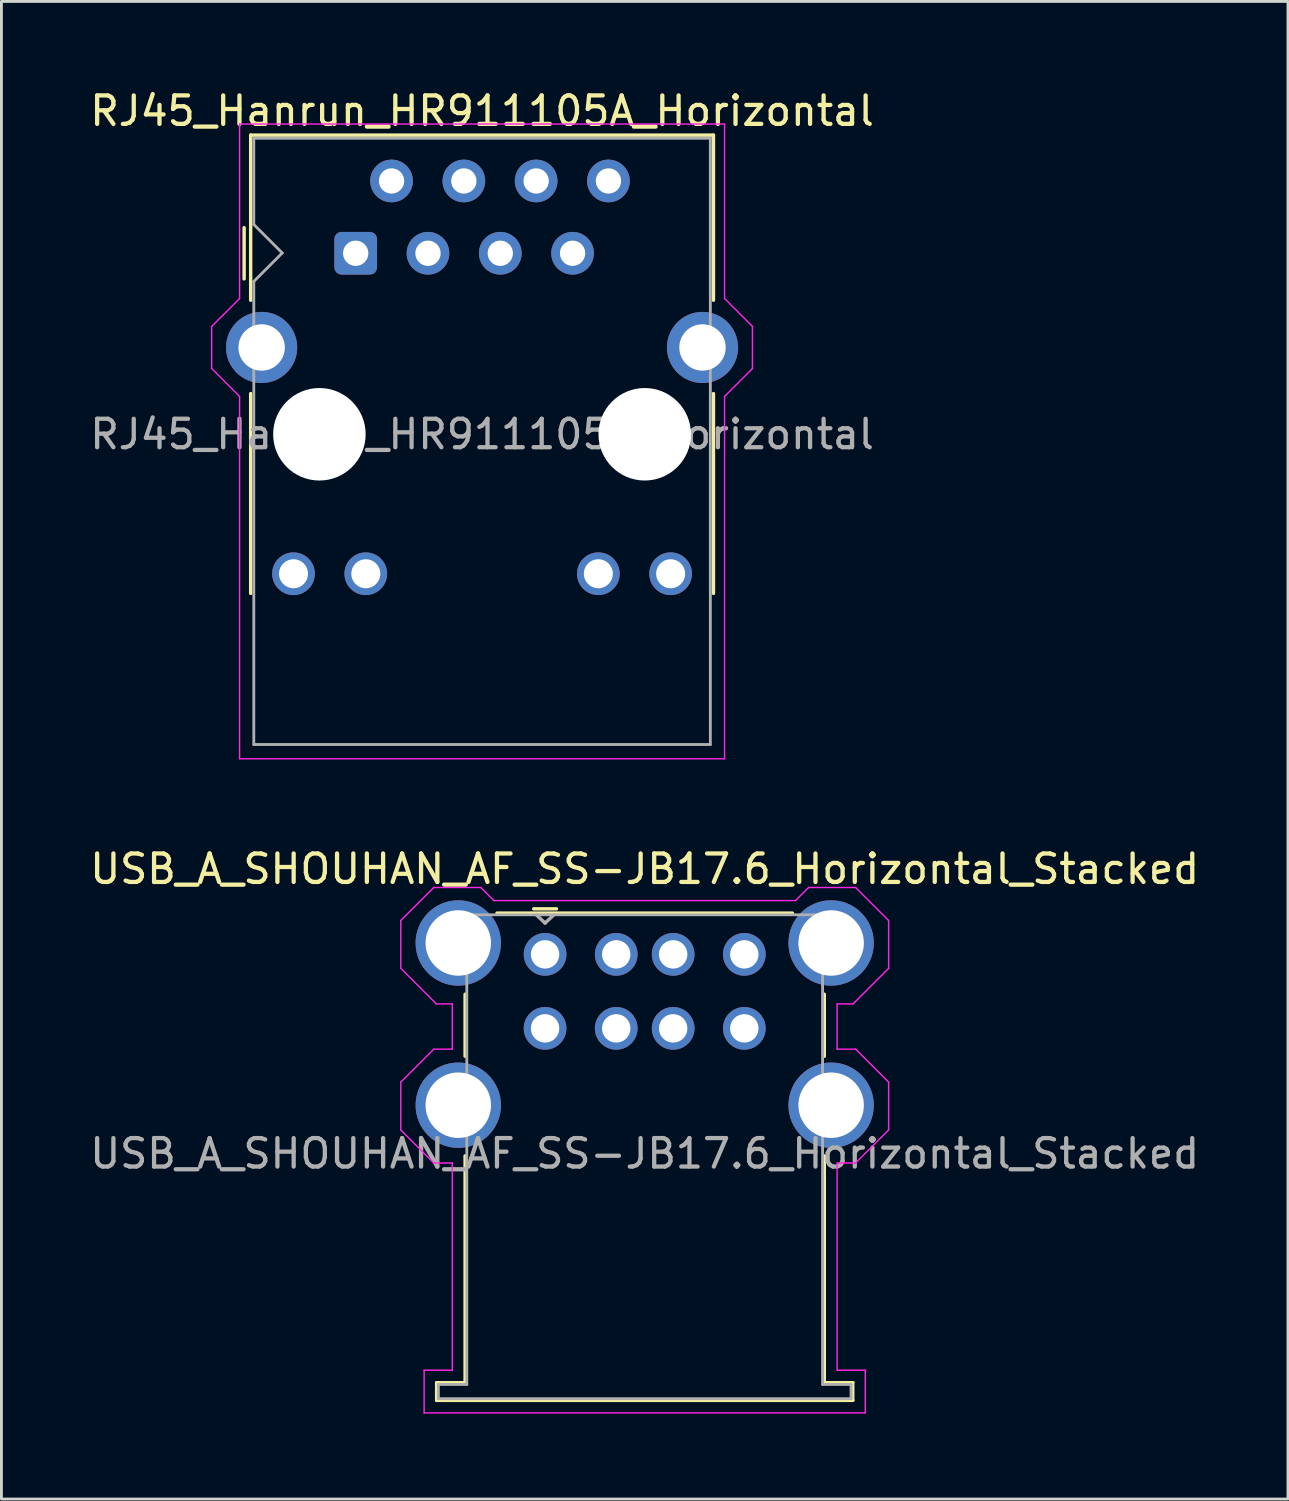
<source format=kicad_pcb>
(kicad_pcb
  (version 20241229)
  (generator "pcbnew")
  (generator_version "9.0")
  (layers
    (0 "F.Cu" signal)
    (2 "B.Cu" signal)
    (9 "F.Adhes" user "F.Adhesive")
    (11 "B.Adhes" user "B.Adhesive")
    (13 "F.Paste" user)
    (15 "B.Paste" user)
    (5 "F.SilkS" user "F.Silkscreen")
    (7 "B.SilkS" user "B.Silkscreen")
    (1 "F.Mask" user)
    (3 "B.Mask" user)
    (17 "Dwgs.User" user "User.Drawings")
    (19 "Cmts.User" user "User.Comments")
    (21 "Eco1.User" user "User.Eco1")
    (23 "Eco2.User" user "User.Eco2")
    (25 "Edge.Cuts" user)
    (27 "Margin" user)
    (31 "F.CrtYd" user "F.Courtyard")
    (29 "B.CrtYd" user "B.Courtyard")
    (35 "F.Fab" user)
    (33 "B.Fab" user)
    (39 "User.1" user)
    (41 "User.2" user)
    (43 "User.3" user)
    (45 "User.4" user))
  (footprint "RJ45_Hanrun_HR911105A_Horizontal"
    (layer "F.Cu")
    (at 9.447 5.848)
    (property "Reference" "RJ45_Hanrun_HR911105A_Horizontal" (at 4.44 -5 0) (layer "F.SilkS") (effects (font (size 1 1) (thickness 0.15))))
    (attr through_hole)
    (fp_line (start -3.92 -0.9) (end -3.92 0.9) (stroke (width 0.12) (type default)) (layer "F.SilkS"))
    (fp_line (start -3.69 -4.15) (end -3.69 1.65) (stroke (width 0.12) (type solid)) (layer "F.SilkS"))
    (fp_line (start -3.69 -4.15) (end 12.57 -4.15) (stroke (width 0.12) (type solid)) (layer "F.SilkS"))
    (fp_line (start -3.69 4.93) (end -3.69 11.95) (stroke (width 0.12) (type solid)) (layer "F.SilkS"))
    (fp_line (start 12.57 -4.15) (end 12.57 1.65) (stroke (width 0.12) (type solid)) (layer "F.SilkS"))
    (fp_line (start 12.57 4.93) (end 12.57 11.95) (stroke (width 0.12) (type solid)) (layer "F.SilkS"))
    (fp_line (start -5.06 2.57) (end -5.06 4.05) (stroke (width 0.05) (type solid)) (layer "F.CrtYd"))
    (fp_line (start -5.06 2.57) (end -4.08 1.59) (stroke (width 0.05) (type solid)) (layer "F.CrtYd"))
    (fp_line (start -5.06 4.05) (end -4.08 5.03) (stroke (width 0.05) (type solid)) (layer "F.CrtYd"))
    (fp_line (start -4.08 -4.54) (end -4.08 1.59) (stroke (width 0.05) (type solid)) (layer "F.CrtYd"))
    (fp_line (start -4.08 -4.54) (end 12.96 -4.54) (stroke (width 0.05) (type solid)) (layer "F.CrtYd"))
    (fp_line (start -4.08 5.03) (end -4.08 17.76) (stroke (width 0.05) (type solid)) (layer "F.CrtYd"))
    (fp_line (start -4.08 17.76) (end 12.96 17.76) (stroke (width 0.05) (type solid)) (layer "F.CrtYd"))
    (fp_line (start 12.96 -4.54) (end 12.96 1.59) (stroke (width 0.05) (type solid)) (layer "F.CrtYd"))
    (fp_line (start 12.96 5.03) (end 12.96 17.76) (stroke (width 0.05) (type solid)) (layer "F.CrtYd"))
    (fp_line (start 13.94 2.57) (end 12.96 1.59) (stroke (width 0.05) (type solid)) (layer "F.CrtYd"))
    (fp_line (start 13.94 4.05) (end 12.96 5.03) (stroke (width 0.05) (type solid)) (layer "F.CrtYd"))
    (fp_line (start 13.94 4.05) (end 13.94 2.57) (stroke (width 0.05) (type solid)) (layer "F.CrtYd"))
    (fp_line (start -3.58 -4.04) (end -3.58 -1.01) (stroke (width 0.1) (type solid)) (layer "F.Fab"))
    (fp_line (start -3.58 -4.04) (end 12.46 -4.04) (stroke (width 0.1) (type solid)) (layer "F.Fab"))
    (fp_line (start -3.58 0.99) (end -3.58 17.26) (stroke (width 0.1) (type solid)) (layer "F.Fab"))
    (fp_line (start -3.58 17.26) (end 12.46 17.26) (stroke (width 0.1) (type solid)) (layer "F.Fab"))
    (fp_line (start -2.58 -0.01) (end -3.58 -1.01) (stroke (width 0.1) (type solid)) (layer "F.Fab"))
    (fp_line (start -2.58 -0.01) (end -3.58 0.99) (stroke (width 0.1) (type solid)) (layer "F.Fab"))
    (fp_line (start 12.46 -4.04) (end 12.46 17.26) (stroke (width 0.1) (type solid)) (layer "F.Fab"))
    (fp_text user "${REFERENCE}" (at 4.44 6.36 0) (layer "F.Fab") (effects (font (size 1 1) (thickness 0.15))))
    (pad "" np_thru_hole circle (at -1.275 6.36) (size 3.25 3.25) (drill 3.25) (layers "*.Cu" "*.Mask"))
    (pad "" np_thru_hole circle (at 10.155 6.36) (size 3.25 3.25) (drill 3.25) (layers "*.Cu" "*.Mask"))
    (pad "1" thru_hole roundrect (at 0 0) (size 1.5 1.5) (drill 0.89) (layers "*.Cu" "*.Mask") (roundrect_rratio 0.167))
    (pad "2" thru_hole circle (at 1.26 -2.54) (size 1.5 1.5) (drill 0.89) (layers "*.Cu" "*.Mask"))
    (pad "3" thru_hole circle (at 2.54 0) (size 1.5 1.5) (drill 0.89) (layers "*.Cu" "*.Mask"))
    (pad "4" thru_hole circle (at 3.8 -2.54) (size 1.5 1.5) (drill 0.89) (layers "*.Cu" "*.Mask"))
    (pad "5" thru_hole circle (at 5.08 0) (size 1.5 1.5) (drill 0.89) (layers "*.Cu" "*.Mask"))
    (pad "6" thru_hole circle (at 6.34 -2.54) (size 1.5 1.5) (drill 0.89) (layers "*.Cu" "*.Mask"))
    (pad "7" thru_hole circle (at 7.62 0) (size 1.5 1.5) (drill 0.89) (layers "*.Cu" "*.Mask"))
    (pad "8" thru_hole circle (at 8.88 -2.54) (size 1.5 1.5) (drill 0.89) (layers "*.Cu" "*.Mask"))
    (pad "9" thru_hole circle (at -2.185 11.26) (size 1.5 1.5) (drill 1.02) (layers "*.Cu" "*.Mask"))
    (pad "10" thru_hole circle (at 0.355 11.26) (size 1.5 1.5) (drill 1.02) (layers "*.Cu" "*.Mask"))
    (pad "11" thru_hole circle (at 8.525 11.26) (size 1.5 1.5) (drill 1.02) (layers "*.Cu" "*.Mask"))
    (pad "12" thru_hole circle (at 11.065 11.26) (size 1.5 1.5) (drill 1.02) (layers "*.Cu" "*.Mask"))
    (pad "SH" thru_hole circle (at -3.305 3.31) (size 2.5 2.5) (drill 1.63) (layers "*.Cu" "*.Mask"))
    (pad "SH" thru_hole circle (at 12.185 3.31) (size 2.5 2.5) (drill 1.63) (layers "*.Cu" "*.Mask")))
  (footprint "USB_A_SHOUHAN_AF_SS-JB17.6_Horizontal_Stacked"
    (layer "F.Cu")
    (at 19.601 32.931)
    (property "Reference" "USB_A_SHOUHAN_AF_SS-JB17.6_Horizontal_Stacked" (at 0 -5.45 0) (layer "F.SilkS") (effects (font (size 1 1) (thickness 0.15))))
    (attr through_hole)
    (fp_line (start -7.31 12.6) (end -6.31 12.6) (stroke (width 0.12) (type solid)) (layer "F.SilkS"))
    (fp_line (start -7.31 13.22) (end -7.31 12.6) (stroke (width 0.12) (type solid)) (layer "F.SilkS"))
    (fp_line (start -6.31 1.13) (end -6.31 -1.05) (stroke (width 0.12) (type solid)) (layer "F.SilkS"))
    (fp_line (start -6.31 12.6) (end -6.31 4.63) (stroke (width 0.12) (type solid)) (layer "F.SilkS"))
    (fp_line (start -5.19 -3.9) (end 5.19 -3.9) (stroke (width 0.12) (type solid)) (layer "F.SilkS"))
    (fp_line (start -3.1 -4.05) (end -3.9 -4.05) (stroke (width 0.12) (type solid)) (layer "F.SilkS"))
    (fp_line (start 6.31 1.13) (end 6.31 -1.05) (stroke (width 0.12) (type solid)) (layer "F.SilkS"))
    (fp_line (start 6.31 4.63) (end 6.31 12.6) (stroke (width 0.12) (type solid)) (layer "F.SilkS"))
    (fp_line (start 6.31 12.6) (end 7.31 12.6) (stroke (width 0.12) (type solid)) (layer "F.SilkS"))
    (fp_line (start 7.31 12.6) (end 7.31 13.22) (stroke (width 0.12) (type solid)) (layer "F.SilkS"))
    (fp_line (start 7.31 13.22) (end -7.31 13.22) (stroke (width 0.12) (type solid)) (layer "F.SilkS"))
    (fp_line (start -8.57 -3.64) (end -8.57 -1.96) (stroke (width 0.05) (type solid)) (layer "F.CrtYd"))
    (fp_line (start -8.57 -1.96) (end -7.32 -0.71) (stroke (width 0.05) (type solid)) (layer "F.CrtYd"))
    (fp_line (start -8.57 2.04) (end -8.57 3.72) (stroke (width 0.05) (type solid)) (layer "F.CrtYd"))
    (fp_line (start -8.57 3.72) (end -7.41 4.88) (stroke (width 0.05) (type solid)) (layer "F.CrtYd"))
    (fp_line (start -7.75 12.16) (end -7.75 13.66) (stroke (width 0.05) (type solid)) (layer "F.CrtYd"))
    (fp_line (start -7.75 13.66) (end 7.75 13.66) (stroke (width 0.05) (type solid)) (layer "F.CrtYd"))
    (fp_line (start -7.41 -4.8) (end -8.57 -3.64) (stroke (width 0.05) (type solid)) (layer "F.CrtYd"))
    (fp_line (start -7.41 0.88) (end -8.57 2.04) (stroke (width 0.05) (type solid)) (layer "F.CrtYd"))
    (fp_line (start -7.41 0.88) (end -6.76 0.88) (stroke (width 0.05) (type solid)) (layer "F.CrtYd"))
    (fp_line (start -7.32 -0.71) (end -6.76 -0.71) (stroke (width 0.05) (type solid)) (layer "F.CrtYd"))
    (fp_line (start -6.76 -0.71) (end -6.76 0.88) (stroke (width 0.05) (type solid)) (layer "F.CrtYd"))
    (fp_line (start -6.76 4.88) (end -7.41 4.88) (stroke (width 0.05) (type solid)) (layer "F.CrtYd"))
    (fp_line (start -6.76 4.88) (end -6.76 12.16) (stroke (width 0.05) (type solid)) (layer "F.CrtYd"))
    (fp_line (start -6.76 12.16) (end -7.75 12.16) (stroke (width 0.05) (type solid)) (layer "F.CrtYd"))
    (fp_line (start -5.76 -4.8) (end -7.41 -4.8) (stroke (width 0.05) (type solid)) (layer "F.CrtYd"))
    (fp_line (start -5.76 -4.8) (end -5.3 -4.34) (stroke (width 0.05) (type solid)) (layer "F.CrtYd"))
    (fp_line (start 5.3 -4.34) (end -5.3 -4.34) (stroke (width 0.05) (type solid)) (layer "F.CrtYd"))
    (fp_line (start 5.76 -4.8) (end 5.3 -4.34) (stroke (width 0.05) (type solid)) (layer "F.CrtYd"))
    (fp_line (start 6.76 -0.71) (end 6.76 0.88) (stroke (width 0.05) (type solid)) (layer "F.CrtYd"))
    (fp_line (start 6.76 -0.71) (end 7.32 -0.71) (stroke (width 0.05) (type solid)) (layer "F.CrtYd"))
    (fp_line (start 6.76 0.88) (end 7.41 0.88) (stroke (width 0.05) (type solid)) (layer "F.CrtYd"))
    (fp_line (start 6.76 4.88) (end 6.76 12.16) (stroke (width 0.05) (type solid)) (layer "F.CrtYd"))
    (fp_line (start 6.76 4.88) (end 7.41 4.88) (stroke (width 0.05) (type solid)) (layer "F.CrtYd"))
    (fp_line (start 6.76 12.16) (end 7.75 12.16) (stroke (width 0.05) (type solid)) (layer "F.CrtYd"))
    (fp_line (start 7.41 -4.8) (end 5.76 -4.8) (stroke (width 0.05) (type solid)) (layer "F.CrtYd"))
    (fp_line (start 7.41 -4.8) (end 8.57 -3.64) (stroke (width 0.05) (type solid)) (layer "F.CrtYd"))
    (fp_line (start 7.41 0.88) (end 8.57 2.04) (stroke (width 0.05) (type solid)) (layer "F.CrtYd"))
    (fp_line (start 7.75 12.16) (end 7.75 13.66) (stroke (width 0.05) (type solid)) (layer "F.CrtYd"))
    (fp_line (start 8.57 -3.64) (end 8.57 -1.96) (stroke (width 0.05) (type solid)) (layer "F.CrtYd"))
    (fp_line (start 8.57 -1.96) (end 7.32 -0.71) (stroke (width 0.05) (type solid)) (layer "F.CrtYd"))
    (fp_line (start 8.57 2.04) (end 8.57 3.72) (stroke (width 0.05) (type solid)) (layer "F.CrtYd"))
    (fp_line (start 8.57 3.72) (end 7.41 4.88) (stroke (width 0.05) (type solid)) (layer "F.CrtYd"))
    (fp_line (start -7.25 12.66) (end -7.25 13.16) (stroke (width 0.1) (type solid)) (layer "F.Fab"))
    (fp_line (start -6.25 -3.84) (end -6.25 12.66) (stroke (width 0.1) (type solid)) (layer "F.Fab"))
    (fp_line (start -6.25 12.66) (end -7.25 12.66) (stroke (width 0.1) (type solid)) (layer "F.Fab"))
    (fp_line (start -3.5 -3.55) (end -3.8 -3.83) (stroke (width 0.12) (type solid)) (layer "F.Fab"))
    (fp_line (start -3.5 -3.55) (end -3.2 -3.83) (stroke (width 0.12) (type solid)) (layer "F.Fab"))
    (fp_line (start 6.25 -3.84) (end -6.25 -3.84) (stroke (width 0.1) (type solid)) (layer "F.Fab"))
    (fp_line (start 6.25 -3.84) (end 6.25 12.66) (stroke (width 0.1) (type solid)) (layer "F.Fab"))
    (fp_line (start 6.25 12.66) (end 7.25 12.66) (stroke (width 0.1) (type solid)) (layer "F.Fab"))
    (fp_line (start 7.25 12.66) (end 7.25 13.16) (stroke (width 0.1) (type solid)) (layer "F.Fab"))
    (fp_line (start 7.25 13.16) (end -7.25 13.16) (stroke (width 0.1) (type solid)) (layer "F.Fab"))
    (fp_text user "${REFERENCE}" (at 0 4.55 0) (layer "F.Fab") (effects (font (size 1 1) (thickness 0.15))))
    (pad "1" thru_hole circle (at -3.5 -2.45) (size 1.5 1.5) (drill 1) (layers "*.Cu" "*.Mask"))
    (pad "2" thru_hole circle (at -1 -2.45) (size 1.5 1.5) (drill 1) (layers "*.Cu" "*.Mask"))
    (pad "3" thru_hole circle (at 1 -2.45) (size 1.5 1.5) (drill 1) (layers "*.Cu" "*.Mask"))
    (pad "4" thru_hole circle (at 3.5 -2.45) (size 1.5 1.5) (drill 1) (layers "*.Cu" "*.Mask"))
    (pad "5" thru_hole circle (at -3.5 0.15) (size 1.5 1.5) (drill 1) (layers "*.Cu" "*.Mask"))
    (pad "6" thru_hole circle (at -1 0.15) (size 1.5 1.5) (drill 1) (layers "*.Cu" "*.Mask"))
    (pad "7" thru_hole circle (at 1 0.15) (size 1.5 1.5) (drill 1) (layers "*.Cu" "*.Mask"))
    (pad "8" thru_hole circle (at 3.5 0.15) (size 1.5 1.5) (drill 1) (layers "*.Cu" "*.Mask"))
    (pad "9" thru_hole circle (at -6.55 -2.85) (size 3 3) (drill 2.3) (layers "*.Cu" "*.Mask"))
    (pad "9" thru_hole circle (at -6.55 2.85) (size 3 3) (drill 2.3) (layers "*.Cu" "*.Mask"))
    (pad "9" thru_hole circle (at 6.55 -2.85) (size 3 3) (drill 2.3) (layers "*.Cu" "*.Mask"))
    (pad "9" thru_hole circle (at 6.55 2.85) (size 3 3) (drill 2.3) (layers "*.Cu" "*.Mask")))
  (gr_rect
    (start -3 -3)
    (end 42.202 49.617)
    (stroke (width 0.1) (type default))
    (fill no)
    (layer "Edge.Cuts")))
</source>
